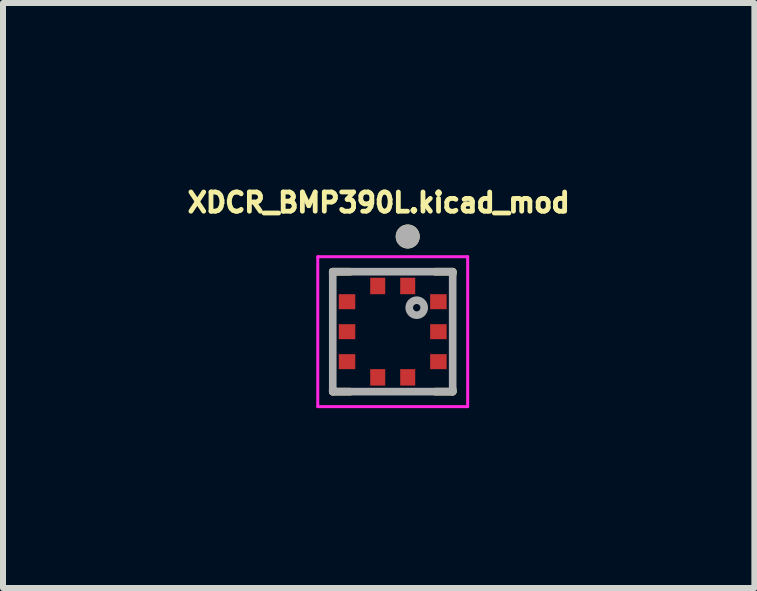
<source format=kicad_pcb>
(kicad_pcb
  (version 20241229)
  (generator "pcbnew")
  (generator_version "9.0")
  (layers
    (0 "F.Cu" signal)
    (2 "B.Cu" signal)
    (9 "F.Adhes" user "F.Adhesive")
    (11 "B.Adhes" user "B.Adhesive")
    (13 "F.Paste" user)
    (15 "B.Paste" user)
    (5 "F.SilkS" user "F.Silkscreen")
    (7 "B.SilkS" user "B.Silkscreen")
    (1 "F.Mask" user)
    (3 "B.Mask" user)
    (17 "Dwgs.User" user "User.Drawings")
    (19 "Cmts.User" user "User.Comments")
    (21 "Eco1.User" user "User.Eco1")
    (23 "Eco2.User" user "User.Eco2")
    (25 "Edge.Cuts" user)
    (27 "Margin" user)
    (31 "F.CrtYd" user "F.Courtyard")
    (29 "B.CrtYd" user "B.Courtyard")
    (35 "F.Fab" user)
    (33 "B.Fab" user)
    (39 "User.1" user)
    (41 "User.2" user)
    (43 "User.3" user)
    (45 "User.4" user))
  (footprint "XDCR_BMP390L.kicad_mod"
    (layer "F.Cu")
    (at 3.499 2.481)
    (property "Reference" "XDCR_BMP390L.kicad_mod" (at -0.234 -2.153 0) (layer "F.SilkS") (effects (font (size 0.32 0.32) (thickness 0.15))))
    (attr smd)
    (fp_line (start -1 -1) (end -0.708 -1) (stroke (width 0.127) (type solid)) (layer "F.SilkS"))
    (fp_line (start -1 -0.958) (end -1 -1) (stroke (width 0.127) (type solid)) (layer "F.SilkS"))
    (fp_line (start -1 1) (end -1 0.958) (stroke (width 0.127) (type solid)) (layer "F.SilkS"))
    (fp_line (start -1 1) (end -0.708 1) (stroke (width 0.127) (type solid)) (layer "F.SilkS"))
    (fp_line (start 0.708 -1) (end 1 -1) (stroke (width 0.127) (type solid)) (layer "F.SilkS"))
    (fp_line (start 1 -1) (end 1 -0.958) (stroke (width 0.127) (type solid)) (layer "F.SilkS"))
    (fp_line (start 1 0.958) (end 1 1) (stroke (width 0.127) (type solid)) (layer "F.SilkS"))
    (fp_line (start 1 1) (end 0.708 1) (stroke (width 0.127) (type solid)) (layer "F.SilkS"))
    (fp_circle (center 0.25 -1.587) (end 0.35 -1.587) (stroke (width 0.2) (type solid)) (fill no) (layer "F.SilkS"))
    (fp_line (start -1.25 -1.25) (end -1.25 1.25) (stroke (width 0.05) (type solid)) (layer "F.CrtYd"))
    (fp_line (start -1.25 1.25) (end 1.25 1.25) (stroke (width 0.05) (type solid)) (layer "F.CrtYd"))
    (fp_line (start 1.25 -1.25) (end -1.25 -1.25) (stroke (width 0.05) (type solid)) (layer "F.CrtYd"))
    (fp_line (start 1.25 1.25) (end 1.25 -1.25) (stroke (width 0.05) (type solid)) (layer "F.CrtYd"))
    (fp_line (start -1 -1) (end 1 -1) (stroke (width 0.127) (type solid)) (layer "F.Fab"))
    (fp_line (start -1 1) (end -1 -1) (stroke (width 0.127) (type solid)) (layer "F.Fab"))
    (fp_line (start 1 -1) (end 1 1) (stroke (width 0.127) (type solid)) (layer "F.Fab"))
    (fp_line (start 1 1) (end -1 1) (stroke (width 0.127) (type solid)) (layer "F.Fab"))
    (fp_circle (center 0.25 -1.587) (end 0.35 -1.587) (stroke (width 0.2) (type solid)) (fill no) (layer "F.Fab"))
    (fp_circle (center 0.4 -0.4) (end 0.525 -0.4) (stroke (width 0.127) (type solid)) (fill no) (layer "F.Fab"))
    (pad "1" smd rect (at 0.25 -0.762) (size 0.25 0.275) (layers "F.Cu" "F.Mask" "F.Paste"))
    (pad "2" smd rect (at -0.25 -0.762) (size 0.25 0.275) (layers "F.Cu" "F.Mask" "F.Paste"))
    (pad "3" smd rect (at -0.762 -0.5) (size 0.275 0.25) (layers "F.Cu" "F.Mask" "F.Paste"))
    (pad "4" smd rect (at -0.762 0) (size 0.275 0.25) (layers "F.Cu" "F.Mask" "F.Paste"))
    (pad "5" smd rect (at -0.762 0.5) (size 0.275 0.25) (layers "F.Cu" "F.Mask" "F.Paste"))
    (pad "6" smd rect (at -0.25 0.762) (size 0.25 0.275) (layers "F.Cu" "F.Mask" "F.Paste"))
    (pad "7" smd rect (at 0.25 0.762) (size 0.25 0.275) (layers "F.Cu" "F.Mask" "F.Paste"))
    (pad "8" smd rect (at 0.762 0.5) (size 0.275 0.25) (layers "F.Cu" "F.Mask" "F.Paste"))
    (pad "9" smd rect (at 0.762 0) (size 0.275 0.25) (layers "F.Cu" "F.Mask" "F.Paste"))
    (pad "10" smd rect (at 0.762 -0.5) (size 0.275 0.25) (layers "F.Cu" "F.Mask" "F.Paste")))
  (gr_rect
    (start -3 -3)
    (end 9.53 6.756)
    (stroke (width 0.1) (type default))
    (fill no)
    (layer "Edge.Cuts")))
</source>
